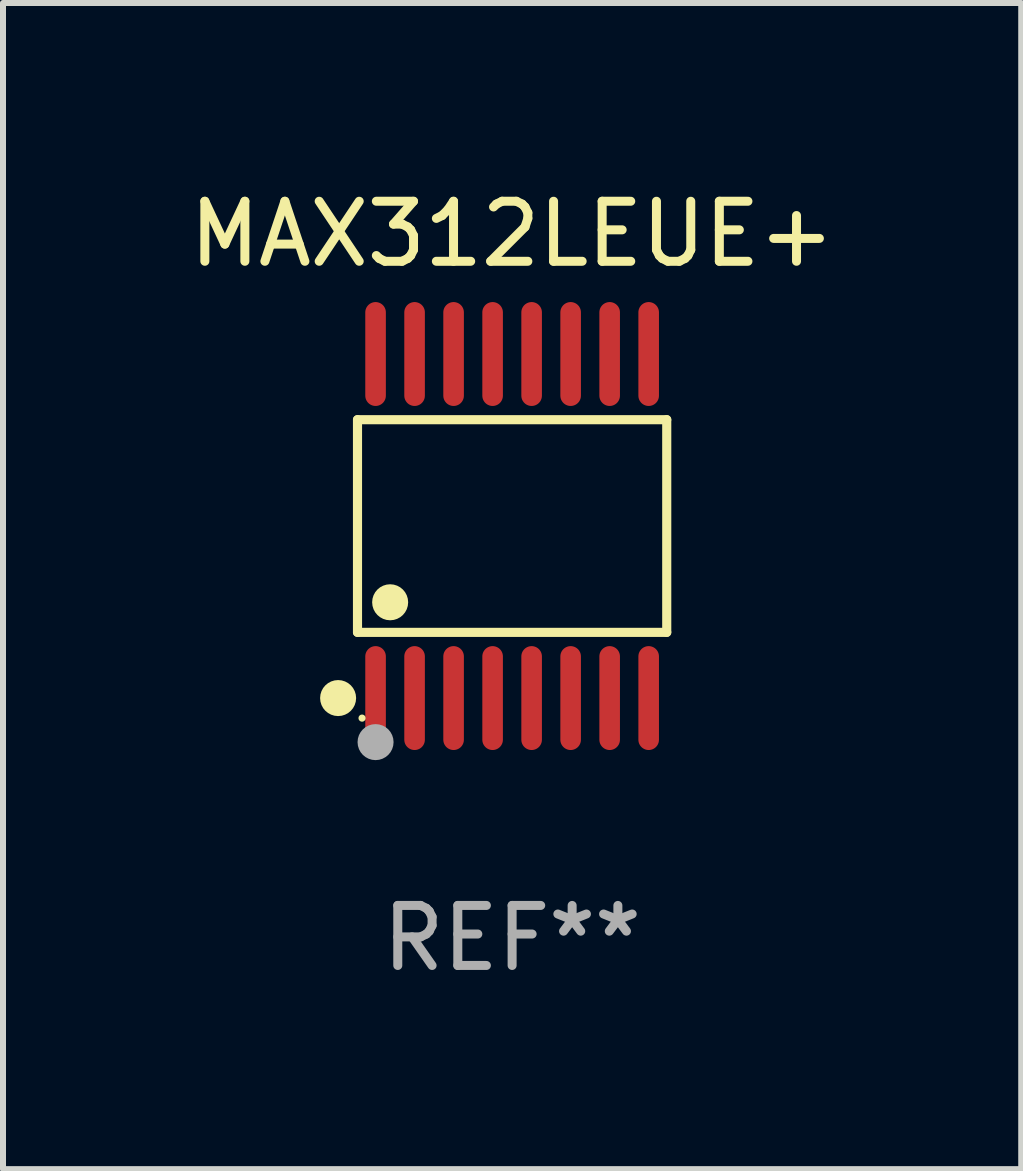
<source format=kicad_pcb>
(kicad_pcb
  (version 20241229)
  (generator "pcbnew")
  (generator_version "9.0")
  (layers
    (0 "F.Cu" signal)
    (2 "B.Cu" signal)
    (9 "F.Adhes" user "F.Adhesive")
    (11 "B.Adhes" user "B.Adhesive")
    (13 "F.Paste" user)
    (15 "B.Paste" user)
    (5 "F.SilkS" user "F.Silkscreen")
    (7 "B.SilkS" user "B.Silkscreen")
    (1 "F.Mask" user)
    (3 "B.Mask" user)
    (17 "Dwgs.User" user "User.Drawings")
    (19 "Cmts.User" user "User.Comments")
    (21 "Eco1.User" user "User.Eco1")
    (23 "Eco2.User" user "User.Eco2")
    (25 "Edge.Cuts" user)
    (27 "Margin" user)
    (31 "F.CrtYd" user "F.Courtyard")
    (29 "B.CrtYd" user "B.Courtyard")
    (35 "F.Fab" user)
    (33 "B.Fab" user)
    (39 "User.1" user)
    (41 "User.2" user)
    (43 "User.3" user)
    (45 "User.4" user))
  (footprint "MAX312LEUE+"
    (layer "F.Cu")
    (at 5.482 5.714)
    (property "Reference" "MAX312LEUE+" (at 0 -4.866 0) (layer "F.SilkS") (effects (font (size 1 1) (thickness 0.15))))
    (attr through_hole)
    (fp_line (start -2.576 -1.772) (end 2.576 -1.772) (stroke (width 0.152) (type solid)) (layer "F.SilkS"))
    (fp_line (start -2.576 1.771) (end -2.576 -1.772) (stroke (width 0.152) (type solid)) (layer "F.SilkS"))
    (fp_line (start 2.576 -1.772) (end 2.576 1.771) (stroke (width 0.152) (type solid)) (layer "F.SilkS"))
    (fp_line (start 2.576 1.771) (end -2.576 1.771) (stroke (width 0.152) (type solid)) (layer "F.SilkS"))
    (fp_circle (center -2.899 2.866) (end -2.749 2.866) (stroke (width 0.3) (type solid)) (fill no) (layer "F.SilkS"))
    (fp_circle (center -2.5 3.2) (end -2.47 3.2) (stroke (width 0.06) (type solid)) (fill no) (layer "F.SilkS"))
    (fp_circle (center -2.032 1.27) (end -1.882 1.27) (stroke (width 0.3) (type solid)) (fill no) (layer "F.SilkS"))
    (fp_circle (center -2.275 3.6) (end -2.125 3.6) (stroke (width 0.3) (type solid)) (fill no) (layer "F.Fab"))
    (fp_text user "REF**" (at 0 6.866 0) (layer "F.Fab") (effects (font (size 1 1) (thickness 0.15))))
    (pad "1" smd oval (at -2.275 2.866) (size 0.343 1.731) (layers "F.Cu" "F.Mask" "F.Paste"))
    (pad "2" smd oval (at -1.625 2.866) (size 0.343 1.731) (layers "F.Cu" "F.Mask" "F.Paste"))
    (pad "3" smd oval (at -0.975 2.866) (size 0.343 1.731) (layers "F.Cu" "F.Mask" "F.Paste"))
    (pad "4" smd oval (at -0.325 2.866) (size 0.343 1.731) (layers "F.Cu" "F.Mask" "F.Paste"))
    (pad "5" smd oval (at 0.325 2.866) (size 0.343 1.731) (layers "F.Cu" "F.Mask" "F.Paste"))
    (pad "6" smd oval (at 0.975 2.866) (size 0.343 1.731) (layers "F.Cu" "F.Mask" "F.Paste"))
    (pad "7" smd oval (at 1.625 2.866) (size 0.343 1.731) (layers "F.Cu" "F.Mask" "F.Paste"))
    (pad "8" smd oval (at 2.275 2.866) (size 0.343 1.731) (layers "F.Cu" "F.Mask" "F.Paste"))
    (pad "9" smd oval (at 2.275 -2.866) (size 0.343 1.731) (layers "F.Cu" "F.Mask" "F.Paste"))
    (pad "10" smd oval (at 1.625 -2.866) (size 0.343 1.731) (layers "F.Cu" "F.Mask" "F.Paste"))
    (pad "11" smd oval (at 0.975 -2.866) (size 0.343 1.731) (layers "F.Cu" "F.Mask" "F.Paste"))
    (pad "12" smd oval (at 0.325 -2.866) (size 0.343 1.731) (layers "F.Cu" "F.Mask" "F.Paste"))
    (pad "13" smd oval (at -0.325 -2.866) (size 0.343 1.731) (layers "F.Cu" "F.Mask" "F.Paste"))
    (pad "14" smd oval (at -0.975 -2.866) (size 0.343 1.731) (layers "F.Cu" "F.Mask" "F.Paste"))
    (pad "15" smd oval (at -1.625 -2.866) (size 0.343 1.731) (layers "F.Cu" "F.Mask" "F.Paste"))
    (pad "16" smd oval (at -2.275 -2.866) (size 0.343 1.731) (layers "F.Cu" "F.Mask" "F.Paste")))
  (gr_rect
    (start -3 -3)
    (end 13.964 16.428)
    (stroke (width 0.1) (type default))
    (fill no)
    (layer "Edge.Cuts")))
</source>
